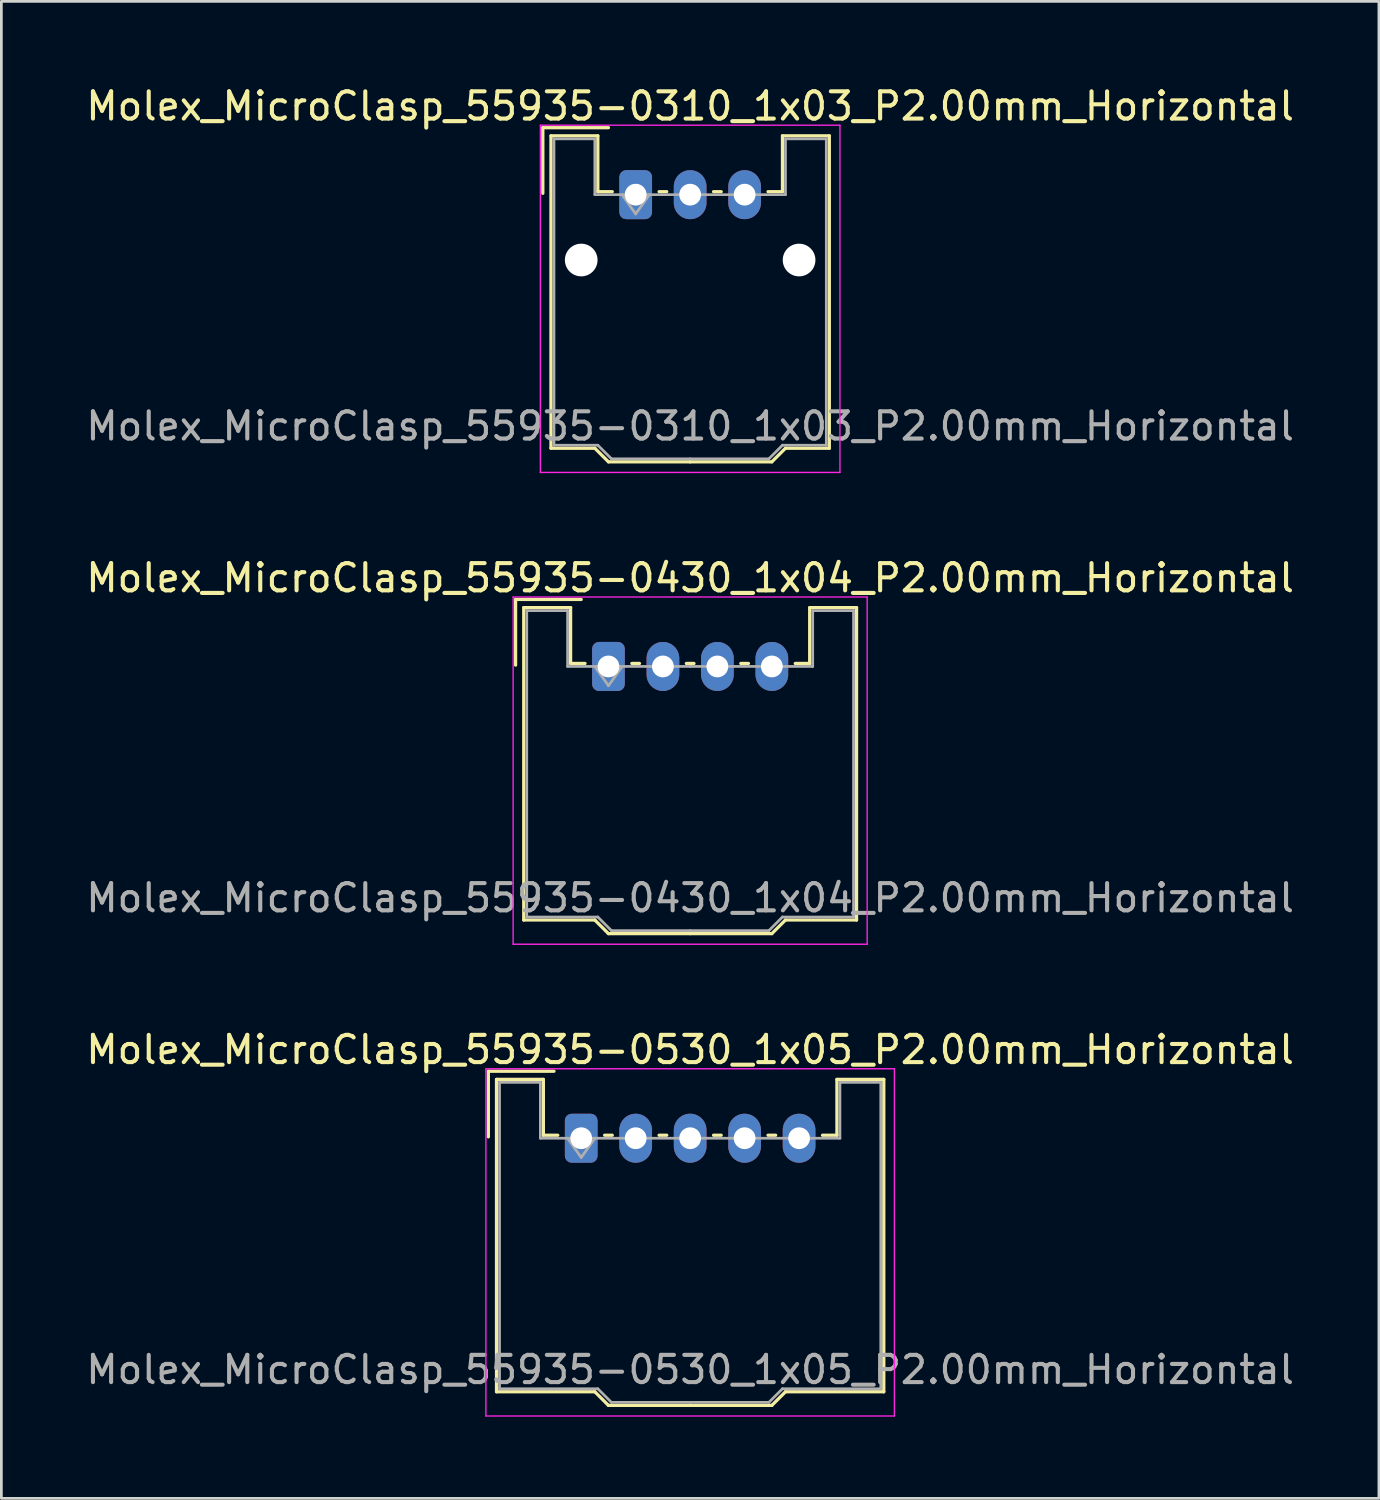
<source format=kicad_pcb>
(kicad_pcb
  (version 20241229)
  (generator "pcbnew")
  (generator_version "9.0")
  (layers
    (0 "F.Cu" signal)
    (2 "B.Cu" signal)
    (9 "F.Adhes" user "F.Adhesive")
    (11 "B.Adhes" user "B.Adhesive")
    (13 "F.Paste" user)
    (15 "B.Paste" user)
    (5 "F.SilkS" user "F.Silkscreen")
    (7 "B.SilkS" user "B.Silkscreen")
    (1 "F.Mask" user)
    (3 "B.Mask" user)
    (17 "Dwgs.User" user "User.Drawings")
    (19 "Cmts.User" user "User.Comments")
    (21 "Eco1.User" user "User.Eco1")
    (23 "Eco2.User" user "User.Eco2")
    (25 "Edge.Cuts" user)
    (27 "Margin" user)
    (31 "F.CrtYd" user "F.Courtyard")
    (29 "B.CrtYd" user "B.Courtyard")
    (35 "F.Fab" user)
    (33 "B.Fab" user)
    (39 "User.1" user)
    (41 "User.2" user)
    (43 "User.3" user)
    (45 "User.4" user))
  (footprint "Molex_MicroClasp_55935-0430_1x04_P2.00mm_Horizontal"
    (layer "F.Cu")
    (at 19.292 21.422)
    (property "Reference" "Molex_MicroClasp_55935-0430_1x04_P2.00mm_Horizontal" (at 3 -3.25 0) (layer "F.SilkS") (effects (font (size 1 1) (thickness 0.15))))
    (attr through_hole)
    (fp_line (start -3.41 -2.46) (end -1 -2.46) (stroke (width 0.12) (type solid)) (layer "F.SilkS"))
    (fp_line (start -3.41 -0.05) (end -3.41 -2.46) (stroke (width 0.12) (type solid)) (layer "F.SilkS"))
    (fp_line (start -3.11 -2.16) (end -1.39 -2.16) (stroke (width 0.12) (type solid)) (layer "F.SilkS"))
    (fp_line (start -3.11 9.31) (end -3.11 -2.16) (stroke (width 0.12) (type solid)) (layer "F.SilkS"))
    (fp_line (start -1.39 -2.16) (end -1.39 -0.11) (stroke (width 0.12) (type solid)) (layer "F.SilkS"))
    (fp_line (start -1.39 -0.11) (end -0.86 -0.11) (stroke (width 0.12) (type solid)) (layer "F.SilkS"))
    (fp_line (start -0.5 9.31) (end -3.11 9.31) (stroke (width 0.12) (type solid)) (layer "F.SilkS"))
    (fp_line (start 0 9.81) (end -0.5 9.31) (stroke (width 0.12) (type solid)) (layer "F.SilkS"))
    (fp_line (start 0.86 -0.11) (end 1.14 -0.11) (stroke (width 0.12) (type solid)) (layer "F.SilkS"))
    (fp_line (start 2.86 -0.11) (end 3.14 -0.11) (stroke (width 0.12) (type solid)) (layer "F.SilkS"))
    (fp_line (start 3 9.81) (end 0 9.81) (stroke (width 0.12) (type solid)) (layer "F.SilkS"))
    (fp_line (start 3 9.81) (end 6 9.81) (stroke (width 0.12) (type solid)) (layer "F.SilkS"))
    (fp_line (start 4.86 -0.11) (end 5.14 -0.11) (stroke (width 0.12) (type solid)) (layer "F.SilkS"))
    (fp_line (start 6 9.81) (end 6.5 9.31) (stroke (width 0.12) (type solid)) (layer "F.SilkS"))
    (fp_line (start 6.5 9.31) (end 9.11 9.31) (stroke (width 0.12) (type solid)) (layer "F.SilkS"))
    (fp_line (start 7.39 -2.16) (end 7.39 -0.11) (stroke (width 0.12) (type solid)) (layer "F.SilkS"))
    (fp_line (start 7.39 -0.11) (end 6.86 -0.11) (stroke (width 0.12) (type solid)) (layer "F.SilkS"))
    (fp_line (start 9.11 -2.16) (end 7.39 -2.16) (stroke (width 0.12) (type solid)) (layer "F.SilkS"))
    (fp_line (start 9.11 9.31) (end 9.11 -2.16) (stroke (width 0.12) (type solid)) (layer "F.SilkS"))
    (fp_line (start -3.5 -2.55) (end -3.5 10.2) (stroke (width 0.05) (type solid)) (layer "F.CrtYd"))
    (fp_line (start -3.5 10.2) (end 9.5 10.2) (stroke (width 0.05) (type solid)) (layer "F.CrtYd"))
    (fp_line (start 9.5 -2.55) (end -3.5 -2.55) (stroke (width 0.05) (type solid)) (layer "F.CrtYd"))
    (fp_line (start 9.5 10.2) (end 9.5 -2.55) (stroke (width 0.05) (type solid)) (layer "F.CrtYd"))
    (fp_line (start -3 -2.05) (end -1.5 -2.05) (stroke (width 0.1) (type solid)) (layer "F.Fab"))
    (fp_line (start -3 9.2) (end -3 -2.05) (stroke (width 0.1) (type solid)) (layer "F.Fab"))
    (fp_line (start -1.5 -2.05) (end -1.5 0) (stroke (width 0.1) (type solid)) (layer "F.Fab"))
    (fp_line (start -1.5 0) (end 3 0) (stroke (width 0.1) (type solid)) (layer "F.Fab"))
    (fp_line (start -0.5 0) (end 0 0.707) (stroke (width 0.1) (type solid)) (layer "F.Fab"))
    (fp_line (start -0.39 9.2) (end -3 9.2) (stroke (width 0.1) (type solid)) (layer "F.Fab"))
    (fp_line (start 0 0.707) (end 0.5 0) (stroke (width 0.1) (type solid)) (layer "F.Fab"))
    (fp_line (start 0.11 9.7) (end -0.39 9.2) (stroke (width 0.1) (type solid)) (layer "F.Fab"))
    (fp_line (start 3 9.7) (end 0.11 9.7) (stroke (width 0.1) (type solid)) (layer "F.Fab"))
    (fp_line (start 3 9.7) (end 5.89 9.7) (stroke (width 0.1) (type solid)) (layer "F.Fab"))
    (fp_line (start 5.89 9.7) (end 6.39 9.2) (stroke (width 0.1) (type solid)) (layer "F.Fab"))
    (fp_line (start 6.39 9.2) (end 9 9.2) (stroke (width 0.1) (type solid)) (layer "F.Fab"))
    (fp_line (start 7.5 -2.05) (end 7.5 0) (stroke (width 0.1) (type solid)) (layer "F.Fab"))
    (fp_line (start 7.5 0) (end 3 0) (stroke (width 0.1) (type solid)) (layer "F.Fab"))
    (fp_line (start 9 -2.05) (end 7.5 -2.05) (stroke (width 0.1) (type solid)) (layer "F.Fab"))
    (fp_line (start 9 9.2) (end 9 -2.05) (stroke (width 0.1) (type solid)) (layer "F.Fab"))
    (fp_text user "${REFERENCE}" (at 3 8.5 0) (layer "F.Fab") (effects (font (size 1 1) (thickness 0.15))))
    (pad "1" thru_hole roundrect (at 0 0) (size 1.2 1.8) (drill 0.8) (layers "*.Cu" "*.Mask") (roundrect_rratio 0.208))
    (pad "2" thru_hole oval (at 2 0) (size 1.2 1.8) (drill 0.8) (layers "*.Cu" "*.Mask"))
    (pad "3" thru_hole oval (at 4 0) (size 1.2 1.8) (drill 0.8) (layers "*.Cu" "*.Mask"))
    (pad "4" thru_hole oval (at 6 0) (size 1.2 1.8) (drill 0.8) (layers "*.Cu" "*.Mask")))
  (footprint "Molex_MicroClasp_55935-0530_1x05_P2.00mm_Horizontal"
    (layer "F.Cu")
    (at 18.292 38.745)
    (property "Reference" "Molex_MicroClasp_55935-0530_1x05_P2.00mm_Horizontal" (at 4 -3.25 0) (layer "F.SilkS") (effects (font (size 1 1) (thickness 0.15))))
    (attr through_hole)
    (fp_line (start -3.41 -2.46) (end -1 -2.46) (stroke (width 0.12) (type solid)) (layer "F.SilkS"))
    (fp_line (start -3.41 -0.05) (end -3.41 -2.46) (stroke (width 0.12) (type solid)) (layer "F.SilkS"))
    (fp_line (start -3.11 -2.16) (end -1.39 -2.16) (stroke (width 0.12) (type solid)) (layer "F.SilkS"))
    (fp_line (start -3.11 9.31) (end -3.11 -2.16) (stroke (width 0.12) (type solid)) (layer "F.SilkS"))
    (fp_line (start -1.39 -2.16) (end -1.39 -0.11) (stroke (width 0.12) (type solid)) (layer "F.SilkS"))
    (fp_line (start -1.39 -0.11) (end -0.86 -0.11) (stroke (width 0.12) (type solid)) (layer "F.SilkS"))
    (fp_line (start 0.5 9.31) (end -3.11 9.31) (stroke (width 0.12) (type solid)) (layer "F.SilkS"))
    (fp_line (start 0.86 -0.11) (end 1.14 -0.11) (stroke (width 0.12) (type solid)) (layer "F.SilkS"))
    (fp_line (start 1 9.81) (end 0.5 9.31) (stroke (width 0.12) (type solid)) (layer "F.SilkS"))
    (fp_line (start 2.86 -0.11) (end 3.14 -0.11) (stroke (width 0.12) (type solid)) (layer "F.SilkS"))
    (fp_line (start 4 9.81) (end 1 9.81) (stroke (width 0.12) (type solid)) (layer "F.SilkS"))
    (fp_line (start 4 9.81) (end 7 9.81) (stroke (width 0.12) (type solid)) (layer "F.SilkS"))
    (fp_line (start 4.86 -0.11) (end 5.14 -0.11) (stroke (width 0.12) (type solid)) (layer "F.SilkS"))
    (fp_line (start 6.86 -0.11) (end 7.14 -0.11) (stroke (width 0.12) (type solid)) (layer "F.SilkS"))
    (fp_line (start 7 9.81) (end 7.5 9.31) (stroke (width 0.12) (type solid)) (layer "F.SilkS"))
    (fp_line (start 7.5 9.31) (end 11.11 9.31) (stroke (width 0.12) (type solid)) (layer "F.SilkS"))
    (fp_line (start 9.39 -2.16) (end 9.39 -0.11) (stroke (width 0.12) (type solid)) (layer "F.SilkS"))
    (fp_line (start 9.39 -0.11) (end 8.86 -0.11) (stroke (width 0.12) (type solid)) (layer "F.SilkS"))
    (fp_line (start 11.11 -2.16) (end 9.39 -2.16) (stroke (width 0.12) (type solid)) (layer "F.SilkS"))
    (fp_line (start 11.11 9.31) (end 11.11 -2.16) (stroke (width 0.12) (type solid)) (layer "F.SilkS"))
    (fp_line (start -3.5 -2.55) (end -3.5 10.2) (stroke (width 0.05) (type solid)) (layer "F.CrtYd"))
    (fp_line (start -3.5 10.2) (end 11.5 10.2) (stroke (width 0.05) (type solid)) (layer "F.CrtYd"))
    (fp_line (start 11.5 -2.55) (end -3.5 -2.55) (stroke (width 0.05) (type solid)) (layer "F.CrtYd"))
    (fp_line (start 11.5 10.2) (end 11.5 -2.55) (stroke (width 0.05) (type solid)) (layer "F.CrtYd"))
    (fp_line (start -3 -2.05) (end -1.5 -2.05) (stroke (width 0.1) (type solid)) (layer "F.Fab"))
    (fp_line (start -3 9.2) (end -3 -2.05) (stroke (width 0.1) (type solid)) (layer "F.Fab"))
    (fp_line (start -1.5 -2.05) (end -1.5 0) (stroke (width 0.1) (type solid)) (layer "F.Fab"))
    (fp_line (start -1.5 0) (end 4 0) (stroke (width 0.1) (type solid)) (layer "F.Fab"))
    (fp_line (start -0.5 0) (end 0 0.707) (stroke (width 0.1) (type solid)) (layer "F.Fab"))
    (fp_line (start 0 0.707) (end 0.5 0) (stroke (width 0.1) (type solid)) (layer "F.Fab"))
    (fp_line (start 0.61 9.2) (end -3 9.2) (stroke (width 0.1) (type solid)) (layer "F.Fab"))
    (fp_line (start 1.11 9.7) (end 0.61 9.2) (stroke (width 0.1) (type solid)) (layer "F.Fab"))
    (fp_line (start 4 9.7) (end 1.11 9.7) (stroke (width 0.1) (type solid)) (layer "F.Fab"))
    (fp_line (start 4 9.7) (end 6.89 9.7) (stroke (width 0.1) (type solid)) (layer "F.Fab"))
    (fp_line (start 6.89 9.7) (end 7.39 9.2) (stroke (width 0.1) (type solid)) (layer "F.Fab"))
    (fp_line (start 7.39 9.2) (end 11 9.2) (stroke (width 0.1) (type solid)) (layer "F.Fab"))
    (fp_line (start 9.5 -2.05) (end 9.5 0) (stroke (width 0.1) (type solid)) (layer "F.Fab"))
    (fp_line (start 9.5 0) (end 4 0) (stroke (width 0.1) (type solid)) (layer "F.Fab"))
    (fp_line (start 11 -2.05) (end 9.5 -2.05) (stroke (width 0.1) (type solid)) (layer "F.Fab"))
    (fp_line (start 11 9.2) (end 11 -2.05) (stroke (width 0.1) (type solid)) (layer "F.Fab"))
    (fp_text user "${REFERENCE}" (at 4 8.5 0) (layer "F.Fab") (effects (font (size 1 1) (thickness 0.15))))
    (pad "1" thru_hole roundrect (at 0 0) (size 1.2 1.8) (drill 0.8) (layers "*.Cu" "*.Mask") (roundrect_rratio 0.208))
    (pad "2" thru_hole oval (at 2 0) (size 1.2 1.8) (drill 0.8) (layers "*.Cu" "*.Mask"))
    (pad "3" thru_hole oval (at 4 0) (size 1.2 1.8) (drill 0.8) (layers "*.Cu" "*.Mask"))
    (pad "4" thru_hole oval (at 6 0) (size 1.2 1.8) (drill 0.8) (layers "*.Cu" "*.Mask"))
    (pad "5" thru_hole oval (at 8 0) (size 1.2 1.8) (drill 0.8) (layers "*.Cu" "*.Mask")))
  (footprint "Molex_MicroClasp_55935-0310_1x03_P2.00mm_Horizontal"
    (layer "F.Cu")
    (at 20.292 4.098)
    (property "Reference" "Molex_MicroClasp_55935-0310_1x03_P2.00mm_Horizontal" (at 2 -3.25 0) (layer "F.SilkS") (effects (font (size 1 1) (thickness 0.15))))
    (attr through_hole)
    (fp_line (start -3.41 -2.46) (end -1 -2.46) (stroke (width 0.12) (type solid)) (layer "F.SilkS"))
    (fp_line (start -3.41 -0.05) (end -3.41 -2.46) (stroke (width 0.12) (type solid)) (layer "F.SilkS"))
    (fp_line (start -3.11 -2.16) (end -1.39 -2.16) (stroke (width 0.12) (type solid)) (layer "F.SilkS"))
    (fp_line (start -3.11 9.31) (end -3.11 -2.16) (stroke (width 0.12) (type solid)) (layer "F.SilkS"))
    (fp_line (start -1.5 9.31) (end -3.11 9.31) (stroke (width 0.12) (type solid)) (layer "F.SilkS"))
    (fp_line (start -1.39 -2.16) (end -1.39 -0.11) (stroke (width 0.12) (type solid)) (layer "F.SilkS"))
    (fp_line (start -1.39 -0.11) (end -0.86 -0.11) (stroke (width 0.12) (type solid)) (layer "F.SilkS"))
    (fp_line (start -1 9.81) (end -1.5 9.31) (stroke (width 0.12) (type solid)) (layer "F.SilkS"))
    (fp_line (start 0.86 -0.11) (end 1.14 -0.11) (stroke (width 0.12) (type solid)) (layer "F.SilkS"))
    (fp_line (start 2 9.81) (end -1 9.81) (stroke (width 0.12) (type solid)) (layer "F.SilkS"))
    (fp_line (start 2 9.81) (end 5 9.81) (stroke (width 0.12) (type solid)) (layer "F.SilkS"))
    (fp_line (start 2.86 -0.11) (end 3.14 -0.11) (stroke (width 0.12) (type solid)) (layer "F.SilkS"))
    (fp_line (start 5 9.81) (end 5.5 9.31) (stroke (width 0.12) (type solid)) (layer "F.SilkS"))
    (fp_line (start 5.39 -2.16) (end 5.39 -0.11) (stroke (width 0.12) (type solid)) (layer "F.SilkS"))
    (fp_line (start 5.39 -0.11) (end 4.86 -0.11) (stroke (width 0.12) (type solid)) (layer "F.SilkS"))
    (fp_line (start 5.5 9.31) (end 7.11 9.31) (stroke (width 0.12) (type solid)) (layer "F.SilkS"))
    (fp_line (start 7.11 -2.16) (end 5.39 -2.16) (stroke (width 0.12) (type solid)) (layer "F.SilkS"))
    (fp_line (start 7.11 9.31) (end 7.11 -2.16) (stroke (width 0.12) (type solid)) (layer "F.SilkS"))
    (fp_line (start -3.5 -2.55) (end -3.5 10.2) (stroke (width 0.05) (type solid)) (layer "F.CrtYd"))
    (fp_line (start -3.5 10.2) (end 7.5 10.2) (stroke (width 0.05) (type solid)) (layer "F.CrtYd"))
    (fp_line (start 7.5 -2.55) (end -3.5 -2.55) (stroke (width 0.05) (type solid)) (layer "F.CrtYd"))
    (fp_line (start 7.5 10.2) (end 7.5 -2.55) (stroke (width 0.05) (type solid)) (layer "F.CrtYd"))
    (fp_line (start -3 -2.05) (end -1.5 -2.05) (stroke (width 0.1) (type solid)) (layer "F.Fab"))
    (fp_line (start -3 9.2) (end -3 -2.05) (stroke (width 0.1) (type solid)) (layer "F.Fab"))
    (fp_line (start -1.5 -2.05) (end -1.5 0) (stroke (width 0.1) (type solid)) (layer "F.Fab"))
    (fp_line (start -1.5 0) (end 2 0) (stroke (width 0.1) (type solid)) (layer "F.Fab"))
    (fp_line (start -1.39 9.2) (end -3 9.2) (stroke (width 0.1) (type solid)) (layer "F.Fab"))
    (fp_line (start -0.89 9.7) (end -1.39 9.2) (stroke (width 0.1) (type solid)) (layer "F.Fab"))
    (fp_line (start -0.5 0) (end 0 0.707) (stroke (width 0.1) (type solid)) (layer "F.Fab"))
    (fp_line (start 0 0.707) (end 0.5 0) (stroke (width 0.1) (type solid)) (layer "F.Fab"))
    (fp_line (start 2 9.7) (end -0.89 9.7) (stroke (width 0.1) (type solid)) (layer "F.Fab"))
    (fp_line (start 2 9.7) (end 4.89 9.7) (stroke (width 0.1) (type solid)) (layer "F.Fab"))
    (fp_line (start 4.89 9.7) (end 5.39 9.2) (stroke (width 0.1) (type solid)) (layer "F.Fab"))
    (fp_line (start 5.39 9.2) (end 7 9.2) (stroke (width 0.1) (type solid)) (layer "F.Fab"))
    (fp_line (start 5.5 -2.05) (end 5.5 0) (stroke (width 0.1) (type solid)) (layer "F.Fab"))
    (fp_line (start 5.5 0) (end 2 0) (stroke (width 0.1) (type solid)) (layer "F.Fab"))
    (fp_line (start 7 -2.05) (end 5.5 -2.05) (stroke (width 0.1) (type solid)) (layer "F.Fab"))
    (fp_line (start 7 9.2) (end 7 -2.05) (stroke (width 0.1) (type solid)) (layer "F.Fab"))
    (fp_text user "${REFERENCE}" (at 2 8.5 0) (layer "F.Fab") (effects (font (size 1 1) (thickness 0.15))))
    (pad "" np_thru_hole circle (at -2 2.4) (size 1.2 1.2) (drill 1.2) (layers "*.Cu" "*.Mask"))
    (pad "" np_thru_hole circle (at 6 2.4) (size 1.2 1.2) (drill 1.2) (layers "*.Cu" "*.Mask"))
    (pad "1" thru_hole roundrect (at 0 0) (size 1.2 1.8) (drill 0.8) (layers "*.Cu" "*.Mask") (roundrect_rratio 0.208))
    (pad "2" thru_hole oval (at 2 0) (size 1.2 1.8) (drill 0.8) (layers "*.Cu" "*.Mask"))
    (pad "3" thru_hole oval (at 4 0) (size 1.2 1.8) (drill 0.8) (layers "*.Cu" "*.Mask")))
  (gr_rect
    (start -3 -3)
    (end 47.583 51.97)
    (stroke (width 0.1) (type default))
    (fill no)
    (layer "Edge.Cuts")))
</source>
